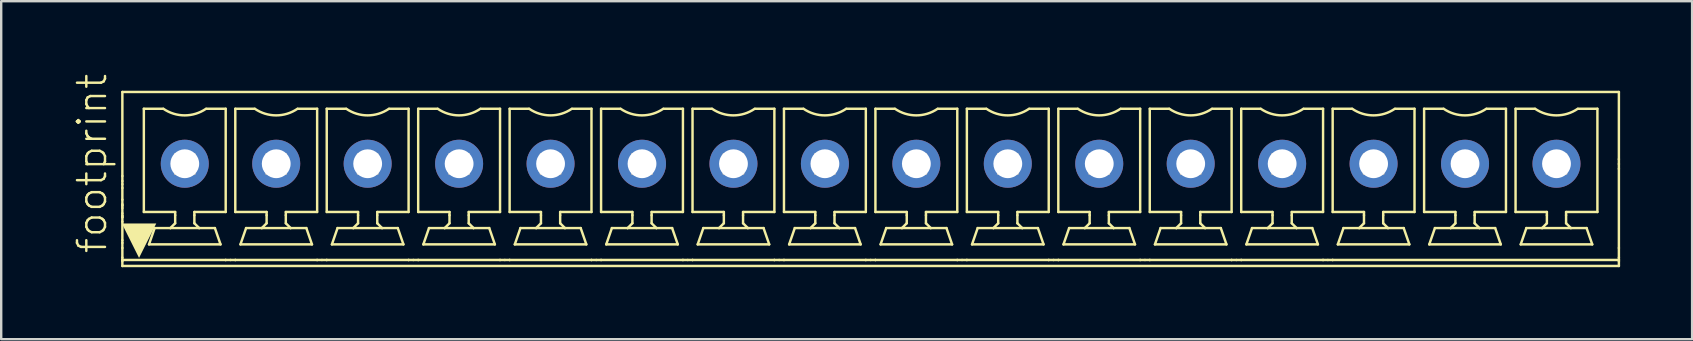
<source format=kicad_pcb>
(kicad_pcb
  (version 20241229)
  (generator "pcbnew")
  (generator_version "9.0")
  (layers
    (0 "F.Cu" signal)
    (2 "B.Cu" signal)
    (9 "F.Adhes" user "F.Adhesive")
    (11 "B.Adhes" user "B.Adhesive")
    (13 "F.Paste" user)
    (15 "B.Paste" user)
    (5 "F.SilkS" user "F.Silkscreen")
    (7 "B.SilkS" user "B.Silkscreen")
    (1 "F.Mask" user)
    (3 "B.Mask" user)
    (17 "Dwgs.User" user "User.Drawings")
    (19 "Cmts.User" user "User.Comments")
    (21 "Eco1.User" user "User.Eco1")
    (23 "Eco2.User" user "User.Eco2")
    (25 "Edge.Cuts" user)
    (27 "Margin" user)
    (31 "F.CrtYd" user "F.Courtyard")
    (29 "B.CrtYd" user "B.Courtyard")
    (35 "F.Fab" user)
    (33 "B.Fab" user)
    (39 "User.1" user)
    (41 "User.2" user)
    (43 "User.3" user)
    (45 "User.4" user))
  (footprint "footprint"
    (layer "F.Cu")
    (at 33.223 4.407)
    (property "Reference" "footprint" (at -31.75 3.175 90) (layer "F.SilkS") (effects (font (size 1.168 1.168) (thickness 0.102)) (justify left bottom)))
    (fp_line (start -31.175 -0.125) (end -31.175 -3.625) (stroke (width 0.102) (type solid)) (layer "F.SilkS"))
    (fp_line (start -31.175 0.086) (end -31.175 -0.125) (stroke (width 0.102) (type solid)) (layer "F.SilkS"))
    (fp_line (start -31.175 0.217) (end -31.175 0.086) (stroke (width 0.102) (type solid)) (layer "F.SilkS"))
    (fp_line (start -31.175 0.375) (end -31.175 0.217) (stroke (width 0.102) (type solid)) (layer "F.SilkS"))
    (fp_line (start -31.175 0.863) (end -31.175 0.375) (stroke (width 0.102) (type solid)) (layer "F.SilkS"))
    (fp_line (start -31.175 1.051) (end -31.175 0.863) (stroke (width 0.102) (type solid)) (layer "F.SilkS"))
    (fp_line (start -31.175 1.091) (end -31.175 1.051) (stroke (width 0.102) (type solid)) (layer "F.SilkS"))
    (fp_line (start -31.175 1.121) (end -31.175 1.091) (stroke (width 0.102) (type solid)) (layer "F.SilkS"))
    (fp_line (start -31.175 1.21) (end -31.175 1.121) (stroke (width 0.102) (type solid)) (layer "F.SilkS"))
    (fp_line (start -31.175 1.43) (end -31.175 1.21) (stroke (width 0.102) (type solid)) (layer "F.SilkS"))
    (fp_line (start -31.175 1.519) (end -31.175 1.43) (stroke (width 0.102) (type solid)) (layer "F.SilkS"))
    (fp_line (start -31.175 1.548) (end -31.175 1.519) (stroke (width 0.102) (type solid)) (layer "F.SilkS"))
    (fp_line (start -31.175 1.588) (end -31.175 1.548) (stroke (width 0.102) (type solid)) (layer "F.SilkS"))
    (fp_line (start -31.175 1.601) (end -31.175 1.588) (stroke (width 0.102) (type solid)) (layer "F.SilkS"))
    (fp_line (start -31.175 1.777) (end -31.175 1.601) (stroke (width 0.102) (type solid)) (layer "F.SilkS"))
    (fp_line (start -31.175 2.552) (end -31.175 1.777) (stroke (width 0.102) (type solid)) (layer "F.SilkS"))
    (fp_line (start -31.175 2.664) (end -31.175 2.552) (stroke (width 0.102) (type solid)) (layer "F.SilkS"))
    (fp_line (start -31.175 2.875) (end -31.175 2.664) (stroke (width 0.102) (type solid)) (layer "F.SilkS"))
    (fp_line (start -31.175 3.275) (end -31.175 2.875) (stroke (width 0.102) (type solid)) (layer "F.SilkS"))
    (fp_line (start -31.175 3.375) (end -31.175 3.275) (stroke (width 0.102) (type solid)) (layer "F.SilkS"))
    (fp_line (start -31.175 3.375) (end -26.871 3.375) (stroke (width 0.102) (type solid)) (layer "F.SilkS"))
    (fp_line (start -31.175 3.425) (end -31.175 3.375) (stroke (width 0.102) (type solid)) (layer "F.SilkS"))
    (fp_line (start -31.175 3.625) (end -31.175 3.425) (stroke (width 0.102) (type solid)) (layer "F.SilkS"))
    (fp_line (start -31.175 3.625) (end 31.175 3.625) (stroke (width 0.102) (type solid)) (layer "F.SilkS"))
    (fp_line (start -30.28 -2.925) (end -29.475 -2.925) (stroke (width 0.102) (type solid)) (layer "F.SilkS"))
    (fp_line (start -30.28 1.375) (end -30.28 -2.925) (stroke (width 0.102) (type solid)) (layer "F.SilkS"))
    (fp_line (start -30.065 2.725) (end -29.83 2.045) (stroke (width 0.102) (type solid)) (layer "F.SilkS"))
    (fp_line (start -29.83 2.045) (end -29.175 2.045) (stroke (width 0.102) (type solid)) (layer "F.SilkS"))
    (fp_line (start -29.175 2.045) (end -28.975 1.845) (stroke (width 0.102) (type solid)) (layer "F.SilkS"))
    (fp_line (start -29.175 2.045) (end -27.975 2.045) (stroke (width 0.102) (type solid)) (layer "F.SilkS"))
    (fp_line (start -28.975 1.375) (end -30.28 1.375) (stroke (width 0.102) (type solid)) (layer "F.SilkS"))
    (fp_line (start -28.975 1.509) (end -28.975 1.375) (stroke (width 0.102) (type solid)) (layer "F.SilkS"))
    (fp_line (start -28.975 1.845) (end -28.975 1.509) (stroke (width 0.102) (type solid)) (layer "F.SilkS"))
    (fp_line (start -28.175 1.375) (end -28.175 1.509) (stroke (width 0.102) (type solid)) (layer "F.SilkS"))
    (fp_line (start -28.175 1.509) (end -28.175 1.845) (stroke (width 0.102) (type solid)) (layer "F.SilkS"))
    (fp_line (start -28.175 1.845) (end -27.975 2.045) (stroke (width 0.102) (type solid)) (layer "F.SilkS"))
    (fp_line (start -27.975 2.045) (end -27.32 2.045) (stroke (width 0.102) (type solid)) (layer "F.SilkS"))
    (fp_line (start -27.675 -2.925) (end -26.87 -2.925) (stroke (width 0.102) (type solid)) (layer "F.SilkS"))
    (fp_line (start -27.32 2.045) (end -27.085 2.725) (stroke (width 0.102) (type solid)) (layer "F.SilkS"))
    (fp_line (start -27.085 2.725) (end -30.065 2.725) (stroke (width 0.102) (type solid)) (layer "F.SilkS"))
    (fp_line (start -26.871 3.375) (end -26.87 3.375) (stroke (width 0.102) (type solid)) (layer "F.SilkS"))
    (fp_line (start -26.87 1.375) (end -28.175 1.375) (stroke (width 0.102) (type solid)) (layer "F.SilkS"))
    (fp_line (start -26.87 1.375) (end -26.87 -2.925) (stroke (width 0.102) (type solid)) (layer "F.SilkS"))
    (fp_line (start -26.87 3.375) (end -26.67 3.375) (stroke (width 0.102) (type solid)) (layer "F.SilkS"))
    (fp_line (start -26.67 3.375) (end -26.47 3.375) (stroke (width 0.102) (type solid)) (layer "F.SilkS"))
    (fp_line (start -26.47 -2.925) (end -25.665 -2.925) (stroke (width 0.102) (type solid)) (layer "F.SilkS"))
    (fp_line (start -26.47 1.375) (end -26.47 -2.925) (stroke (width 0.102) (type solid)) (layer "F.SilkS"))
    (fp_line (start -26.47 3.375) (end -26.469 3.375) (stroke (width 0.102) (type solid)) (layer "F.SilkS"))
    (fp_line (start -26.469 3.375) (end -23.061 3.375) (stroke (width 0.102) (type solid)) (layer "F.SilkS"))
    (fp_line (start -26.255 2.725) (end -23.275 2.725) (stroke (width 0.102) (type solid)) (layer "F.SilkS"))
    (fp_line (start -26.02 2.045) (end -26.255 2.725) (stroke (width 0.102) (type solid)) (layer "F.SilkS"))
    (fp_line (start -25.365 2.045) (end -26.02 2.045) (stroke (width 0.102) (type solid)) (layer "F.SilkS"))
    (fp_line (start -25.365 2.045) (end -25.165 1.845) (stroke (width 0.102) (type solid)) (layer "F.SilkS"))
    (fp_line (start -25.365 2.045) (end -24.165 2.045) (stroke (width 0.102) (type solid)) (layer "F.SilkS"))
    (fp_line (start -25.165 1.375) (end -26.47 1.375) (stroke (width 0.102) (type solid)) (layer "F.SilkS"))
    (fp_line (start -25.165 1.375) (end -25.165 1.509) (stroke (width 0.102) (type solid)) (layer "F.SilkS"))
    (fp_line (start -25.165 1.509) (end -25.165 1.845) (stroke (width 0.102) (type solid)) (layer "F.SilkS"))
    (fp_line (start -24.365 1.375) (end -24.365 1.509) (stroke (width 0.102) (type solid)) (layer "F.SilkS"))
    (fp_line (start -24.365 1.509) (end -24.365 1.845) (stroke (width 0.102) (type solid)) (layer "F.SilkS"))
    (fp_line (start -24.365 1.845) (end -24.165 2.045) (stroke (width 0.102) (type solid)) (layer "F.SilkS"))
    (fp_line (start -24.165 2.045) (end -23.51 2.045) (stroke (width 0.102) (type solid)) (layer "F.SilkS"))
    (fp_line (start -23.865 -2.925) (end -23.06 -2.925) (stroke (width 0.102) (type solid)) (layer "F.SilkS"))
    (fp_line (start -23.51 2.045) (end -23.275 2.725) (stroke (width 0.102) (type solid)) (layer "F.SilkS"))
    (fp_line (start -23.061 3.375) (end -23.06 3.375) (stroke (width 0.102) (type solid)) (layer "F.SilkS"))
    (fp_line (start -23.06 1.375) (end -24.365 1.375) (stroke (width 0.102) (type solid)) (layer "F.SilkS"))
    (fp_line (start -23.06 1.375) (end -23.06 -2.925) (stroke (width 0.102) (type solid)) (layer "F.SilkS"))
    (fp_line (start -23.06 3.375) (end -22.86 3.375) (stroke (width 0.102) (type solid)) (layer "F.SilkS"))
    (fp_line (start -22.86 3.375) (end -22.66 3.375) (stroke (width 0.102) (type solid)) (layer "F.SilkS"))
    (fp_line (start -22.66 -2.925) (end -21.855 -2.925) (stroke (width 0.102) (type solid)) (layer "F.SilkS"))
    (fp_line (start -22.66 1.375) (end -22.66 -2.925) (stroke (width 0.102) (type solid)) (layer "F.SilkS"))
    (fp_line (start -22.66 3.375) (end -22.659 3.375) (stroke (width 0.102) (type solid)) (layer "F.SilkS"))
    (fp_line (start -22.659 3.375) (end -19.251 3.375) (stroke (width 0.102) (type solid)) (layer "F.SilkS"))
    (fp_line (start -22.445 2.725) (end -22.21 2.045) (stroke (width 0.102) (type solid)) (layer "F.SilkS"))
    (fp_line (start -21.555 2.045) (end -22.21 2.045) (stroke (width 0.102) (type solid)) (layer "F.SilkS"))
    (fp_line (start -21.555 2.045) (end -21.355 1.845) (stroke (width 0.102) (type solid)) (layer "F.SilkS"))
    (fp_line (start -21.555 2.045) (end -20.355 2.045) (stroke (width 0.102) (type solid)) (layer "F.SilkS"))
    (fp_line (start -21.355 1.375) (end -22.66 1.375) (stroke (width 0.102) (type solid)) (layer "F.SilkS"))
    (fp_line (start -21.355 1.509) (end -21.355 1.375) (stroke (width 0.102) (type solid)) (layer "F.SilkS"))
    (fp_line (start -21.355 1.509) (end -21.355 1.845) (stroke (width 0.102) (type solid)) (layer "F.SilkS"))
    (fp_line (start -20.555 1.375) (end -20.555 1.509) (stroke (width 0.102) (type solid)) (layer "F.SilkS"))
    (fp_line (start -20.555 1.509) (end -20.555 1.845) (stroke (width 0.102) (type solid)) (layer "F.SilkS"))
    (fp_line (start -20.555 1.845) (end -20.355 2.045) (stroke (width 0.102) (type solid)) (layer "F.SilkS"))
    (fp_line (start -20.055 -2.925) (end -19.25 -2.925) (stroke (width 0.102) (type solid)) (layer "F.SilkS"))
    (fp_line (start -19.7 2.045) (end -20.355 2.045) (stroke (width 0.102) (type solid)) (layer "F.SilkS"))
    (fp_line (start -19.465 2.725) (end -22.445 2.725) (stroke (width 0.102) (type solid)) (layer "F.SilkS"))
    (fp_line (start -19.465 2.725) (end -19.7 2.045) (stroke (width 0.102) (type solid)) (layer "F.SilkS"))
    (fp_line (start -19.251 3.375) (end -19.25 3.375) (stroke (width 0.102) (type solid)) (layer "F.SilkS"))
    (fp_line (start -19.25 1.375) (end -20.555 1.375) (stroke (width 0.102) (type solid)) (layer "F.SilkS"))
    (fp_line (start -19.25 1.375) (end -19.25 -2.925) (stroke (width 0.102) (type solid)) (layer "F.SilkS"))
    (fp_line (start -19.25 3.375) (end -19.05 3.375) (stroke (width 0.102) (type solid)) (layer "F.SilkS"))
    (fp_line (start -19.05 3.375) (end -18.85 3.375) (stroke (width 0.102) (type solid)) (layer "F.SilkS"))
    (fp_line (start -18.85 -2.925) (end -18.045 -2.925) (stroke (width 0.102) (type solid)) (layer "F.SilkS"))
    (fp_line (start -18.85 1.375) (end -18.85 -2.925) (stroke (width 0.102) (type solid)) (layer "F.SilkS"))
    (fp_line (start -18.85 3.375) (end -18.849 3.375) (stroke (width 0.102) (type solid)) (layer "F.SilkS"))
    (fp_line (start -18.849 3.375) (end -15.441 3.375) (stroke (width 0.102) (type solid)) (layer "F.SilkS"))
    (fp_line (start -18.635 2.725) (end -18.4 2.045) (stroke (width 0.102) (type solid)) (layer "F.SilkS"))
    (fp_line (start -18.4 2.045) (end -17.745 2.045) (stroke (width 0.102) (type solid)) (layer "F.SilkS"))
    (fp_line (start -17.745 2.045) (end -17.545 1.845) (stroke (width 0.102) (type solid)) (layer "F.SilkS"))
    (fp_line (start -17.745 2.045) (end -16.545 2.045) (stroke (width 0.102) (type solid)) (layer "F.SilkS"))
    (fp_line (start -17.545 1.375) (end -18.85 1.375) (stroke (width 0.102) (type solid)) (layer "F.SilkS"))
    (fp_line (start -17.545 1.509) (end -17.545 1.375) (stroke (width 0.102) (type solid)) (layer "F.SilkS"))
    (fp_line (start -17.545 1.509) (end -17.545 1.845) (stroke (width 0.102) (type solid)) (layer "F.SilkS"))
    (fp_line (start -16.745 1.375) (end -16.745 1.509) (stroke (width 0.102) (type solid)) (layer "F.SilkS"))
    (fp_line (start -16.745 1.509) (end -16.745 1.845) (stroke (width 0.102) (type solid)) (layer "F.SilkS"))
    (fp_line (start -16.745 1.845) (end -16.545 2.045) (stroke (width 0.102) (type solid)) (layer "F.SilkS"))
    (fp_line (start -16.545 2.045) (end -15.89 2.045) (stroke (width 0.102) (type solid)) (layer "F.SilkS"))
    (fp_line (start -16.245 -2.925) (end -15.44 -2.925) (stroke (width 0.102) (type solid)) (layer "F.SilkS"))
    (fp_line (start -15.655 2.725) (end -18.635 2.725) (stroke (width 0.102) (type solid)) (layer "F.SilkS"))
    (fp_line (start -15.655 2.725) (end -15.89 2.045) (stroke (width 0.102) (type solid)) (layer "F.SilkS"))
    (fp_line (start -15.441 3.375) (end -15.44 3.375) (stroke (width 0.102) (type solid)) (layer "F.SilkS"))
    (fp_line (start -15.44 1.375) (end -16.745 1.375) (stroke (width 0.102) (type solid)) (layer "F.SilkS"))
    (fp_line (start -15.44 1.375) (end -15.44 -2.925) (stroke (width 0.102) (type solid)) (layer "F.SilkS"))
    (fp_line (start -15.44 3.375) (end -15.24 3.375) (stroke (width 0.102) (type solid)) (layer "F.SilkS"))
    (fp_line (start -15.24 3.375) (end -15.04 3.375) (stroke (width 0.102) (type solid)) (layer "F.SilkS"))
    (fp_line (start -15.04 -2.925) (end -14.235 -2.925) (stroke (width 0.102) (type solid)) (layer "F.SilkS"))
    (fp_line (start -15.04 1.375) (end -15.04 -2.925) (stroke (width 0.102) (type solid)) (layer "F.SilkS"))
    (fp_line (start -15.04 3.375) (end -15.039 3.375) (stroke (width 0.102) (type solid)) (layer "F.SilkS"))
    (fp_line (start -15.039 3.375) (end -11.631 3.375) (stroke (width 0.102) (type solid)) (layer "F.SilkS"))
    (fp_line (start -14.825 2.725) (end -14.59 2.045) (stroke (width 0.102) (type solid)) (layer "F.SilkS"))
    (fp_line (start -14.825 2.725) (end -11.845 2.725) (stroke (width 0.102) (type solid)) (layer "F.SilkS"))
    (fp_line (start -14.59 2.045) (end -13.935 2.045) (stroke (width 0.102) (type solid)) (layer "F.SilkS"))
    (fp_line (start -13.935 2.045) (end -13.735 1.845) (stroke (width 0.102) (type solid)) (layer "F.SilkS"))
    (fp_line (start -13.935 2.045) (end -12.735 2.045) (stroke (width 0.102) (type solid)) (layer "F.SilkS"))
    (fp_line (start -13.735 1.375) (end -15.04 1.375) (stroke (width 0.102) (type solid)) (layer "F.SilkS"))
    (fp_line (start -13.735 1.509) (end -13.735 1.375) (stroke (width 0.102) (type solid)) (layer "F.SilkS"))
    (fp_line (start -13.735 1.509) (end -13.735 1.845) (stroke (width 0.102) (type solid)) (layer "F.SilkS"))
    (fp_line (start -12.935 1.375) (end -12.935 1.509) (stroke (width 0.102) (type solid)) (layer "F.SilkS"))
    (fp_line (start -12.935 1.509) (end -12.935 1.845) (stroke (width 0.102) (type solid)) (layer "F.SilkS"))
    (fp_line (start -12.935 1.845) (end -12.735 2.045) (stroke (width 0.102) (type solid)) (layer "F.SilkS"))
    (fp_line (start -12.735 2.045) (end -12.08 2.045) (stroke (width 0.102) (type solid)) (layer "F.SilkS"))
    (fp_line (start -12.435 -2.925) (end -11.63 -2.925) (stroke (width 0.102) (type solid)) (layer "F.SilkS"))
    (fp_line (start -11.845 2.725) (end -12.08 2.045) (stroke (width 0.102) (type solid)) (layer "F.SilkS"))
    (fp_line (start -11.631 3.375) (end -11.63 3.375) (stroke (width 0.102) (type solid)) (layer "F.SilkS"))
    (fp_line (start -11.63 1.375) (end -12.935 1.375) (stroke (width 0.102) (type solid)) (layer "F.SilkS"))
    (fp_line (start -11.63 1.375) (end -11.63 -2.925) (stroke (width 0.102) (type solid)) (layer "F.SilkS"))
    (fp_line (start -11.63 3.375) (end -11.43 3.375) (stroke (width 0.102) (type solid)) (layer "F.SilkS"))
    (fp_line (start -11.43 3.375) (end -11.23 3.375) (stroke (width 0.102) (type solid)) (layer "F.SilkS"))
    (fp_line (start -11.23 -2.925) (end -10.425 -2.925) (stroke (width 0.102) (type solid)) (layer "F.SilkS"))
    (fp_line (start -11.23 1.375) (end -11.23 -2.925) (stroke (width 0.102) (type solid)) (layer "F.SilkS"))
    (fp_line (start -11.23 3.375) (end -11.229 3.375) (stroke (width 0.102) (type solid)) (layer "F.SilkS"))
    (fp_line (start -11.229 3.375) (end -7.821 3.375) (stroke (width 0.102) (type solid)) (layer "F.SilkS"))
    (fp_line (start -11.015 2.725) (end -10.78 2.045) (stroke (width 0.102) (type solid)) (layer "F.SilkS"))
    (fp_line (start -11.015 2.725) (end -8.035 2.725) (stroke (width 0.102) (type solid)) (layer "F.SilkS"))
    (fp_line (start -10.125 2.045) (end -10.78 2.045) (stroke (width 0.102) (type solid)) (layer "F.SilkS"))
    (fp_line (start -10.125 2.045) (end -9.925 1.845) (stroke (width 0.102) (type solid)) (layer "F.SilkS"))
    (fp_line (start -10.125 2.045) (end -8.925 2.045) (stroke (width 0.102) (type solid)) (layer "F.SilkS"))
    (fp_line (start -9.925 1.375) (end -11.23 1.375) (stroke (width 0.102) (type solid)) (layer "F.SilkS"))
    (fp_line (start -9.925 1.509) (end -9.925 1.375) (stroke (width 0.102) (type solid)) (layer "F.SilkS"))
    (fp_line (start -9.925 1.509) (end -9.925 1.845) (stroke (width 0.102) (type solid)) (layer "F.SilkS"))
    (fp_line (start -9.125 1.375) (end -9.125 1.509) (stroke (width 0.102) (type solid)) (layer "F.SilkS"))
    (fp_line (start -9.125 1.509) (end -9.125 1.845) (stroke (width 0.102) (type solid)) (layer "F.SilkS"))
    (fp_line (start -9.125 1.845) (end -8.925 2.045) (stroke (width 0.102) (type solid)) (layer "F.SilkS"))
    (fp_line (start -8.625 -2.925) (end -7.82 -2.925) (stroke (width 0.102) (type solid)) (layer "F.SilkS"))
    (fp_line (start -8.27 2.045) (end -8.925 2.045) (stroke (width 0.102) (type solid)) (layer "F.SilkS"))
    (fp_line (start -8.035 2.725) (end -8.27 2.045) (stroke (width 0.102) (type solid)) (layer "F.SilkS"))
    (fp_line (start -7.821 3.375) (end -7.82 3.375) (stroke (width 0.102) (type solid)) (layer "F.SilkS"))
    (fp_line (start -7.82 1.375) (end -9.125 1.375) (stroke (width 0.102) (type solid)) (layer "F.SilkS"))
    (fp_line (start -7.82 1.375) (end -7.82 -2.925) (stroke (width 0.102) (type solid)) (layer "F.SilkS"))
    (fp_line (start -7.82 3.375) (end -7.62 3.375) (stroke (width 0.102) (type solid)) (layer "F.SilkS"))
    (fp_line (start -7.62 3.375) (end -7.42 3.375) (stroke (width 0.102) (type solid)) (layer "F.SilkS"))
    (fp_line (start -7.42 -2.925) (end -6.615 -2.925) (stroke (width 0.102) (type solid)) (layer "F.SilkS"))
    (fp_line (start -7.42 1.375) (end -7.42 -2.925) (stroke (width 0.102) (type solid)) (layer "F.SilkS"))
    (fp_line (start -7.42 3.375) (end -7.419 3.375) (stroke (width 0.102) (type solid)) (layer "F.SilkS"))
    (fp_line (start -7.419 3.375) (end -4.011 3.375) (stroke (width 0.102) (type solid)) (layer "F.SilkS"))
    (fp_line (start -7.205 2.725) (end -6.97 2.045) (stroke (width 0.102) (type solid)) (layer "F.SilkS"))
    (fp_line (start -7.205 2.725) (end -4.225 2.725) (stroke (width 0.102) (type solid)) (layer "F.SilkS"))
    (fp_line (start -6.97 2.045) (end -6.315 2.045) (stroke (width 0.102) (type solid)) (layer "F.SilkS"))
    (fp_line (start -6.315 2.045) (end -6.115 1.845) (stroke (width 0.102) (type solid)) (layer "F.SilkS"))
    (fp_line (start -6.315 2.045) (end -5.115 2.045) (stroke (width 0.102) (type solid)) (layer "F.SilkS"))
    (fp_line (start -6.115 1.375) (end -7.42 1.375) (stroke (width 0.102) (type solid)) (layer "F.SilkS"))
    (fp_line (start -6.115 1.509) (end -6.115 1.375) (stroke (width 0.102) (type solid)) (layer "F.SilkS"))
    (fp_line (start -6.115 1.509) (end -6.115 1.845) (stroke (width 0.102) (type solid)) (layer "F.SilkS"))
    (fp_line (start -5.315 1.375) (end -5.315 1.509) (stroke (width 0.102) (type solid)) (layer "F.SilkS"))
    (fp_line (start -5.315 1.509) (end -5.315 1.845) (stroke (width 0.102) (type solid)) (layer "F.SilkS"))
    (fp_line (start -5.315 1.845) (end -5.115 2.045) (stroke (width 0.102) (type solid)) (layer "F.SilkS"))
    (fp_line (start -5.115 2.045) (end -4.46 2.045) (stroke (width 0.102) (type solid)) (layer "F.SilkS"))
    (fp_line (start -4.815 -2.925) (end -4.01 -2.925) (stroke (width 0.102) (type solid)) (layer "F.SilkS"))
    (fp_line (start -4.225 2.725) (end -4.46 2.045) (stroke (width 0.102) (type solid)) (layer "F.SilkS"))
    (fp_line (start -4.011 3.375) (end -4.01 3.375) (stroke (width 0.102) (type solid)) (layer "F.SilkS"))
    (fp_line (start -4.01 1.375) (end -5.315 1.375) (stroke (width 0.102) (type solid)) (layer "F.SilkS"))
    (fp_line (start -4.01 1.375) (end -4.01 -2.925) (stroke (width 0.102) (type solid)) (layer "F.SilkS"))
    (fp_line (start -4.01 3.375) (end -3.81 3.375) (stroke (width 0.102) (type solid)) (layer "F.SilkS"))
    (fp_line (start -3.81 3.375) (end -3.61 3.375) (stroke (width 0.102) (type solid)) (layer "F.SilkS"))
    (fp_line (start -3.61 -2.925) (end -2.805 -2.925) (stroke (width 0.102) (type solid)) (layer "F.SilkS"))
    (fp_line (start -3.61 1.375) (end -3.61 -2.925) (stroke (width 0.102) (type solid)) (layer "F.SilkS"))
    (fp_line (start -3.61 3.375) (end -3.609 3.375) (stroke (width 0.102) (type solid)) (layer "F.SilkS"))
    (fp_line (start -3.609 3.375) (end -0.201 3.375) (stroke (width 0.102) (type solid)) (layer "F.SilkS"))
    (fp_line (start -3.395 2.725) (end -3.16 2.045) (stroke (width 0.102) (type solid)) (layer "F.SilkS"))
    (fp_line (start -3.395 2.725) (end -0.415 2.725) (stroke (width 0.102) (type solid)) (layer "F.SilkS"))
    (fp_line (start -2.505 2.045) (end -3.16 2.045) (stroke (width 0.102) (type solid)) (layer "F.SilkS"))
    (fp_line (start -2.505 2.045) (end -2.305 1.845) (stroke (width 0.102) (type solid)) (layer "F.SilkS"))
    (fp_line (start -2.505 2.045) (end -1.305 2.045) (stroke (width 0.102) (type solid)) (layer "F.SilkS"))
    (fp_line (start -2.305 1.375) (end -3.61 1.375) (stroke (width 0.102) (type solid)) (layer "F.SilkS"))
    (fp_line (start -2.305 1.509) (end -2.305 1.375) (stroke (width 0.102) (type solid)) (layer "F.SilkS"))
    (fp_line (start -2.305 1.509) (end -2.305 1.845) (stroke (width 0.102) (type solid)) (layer "F.SilkS"))
    (fp_line (start -1.505 1.375) (end -1.505 1.509) (stroke (width 0.102) (type solid)) (layer "F.SilkS"))
    (fp_line (start -1.505 1.509) (end -1.505 1.845) (stroke (width 0.102) (type solid)) (layer "F.SilkS"))
    (fp_line (start -1.505 1.845) (end -1.305 2.045) (stroke (width 0.102) (type solid)) (layer "F.SilkS"))
    (fp_line (start -1.005 -2.925) (end -0.2 -2.925) (stroke (width 0.102) (type solid)) (layer "F.SilkS"))
    (fp_line (start -0.65 2.045) (end -1.305 2.045) (stroke (width 0.102) (type solid)) (layer "F.SilkS"))
    (fp_line (start -0.415 2.725) (end -0.65 2.045) (stroke (width 0.102) (type solid)) (layer "F.SilkS"))
    (fp_line (start -0.201 3.375) (end -0.2 3.375) (stroke (width 0.102) (type solid)) (layer "F.SilkS"))
    (fp_line (start -0.2 1.375) (end -1.505 1.375) (stroke (width 0.102) (type solid)) (layer "F.SilkS"))
    (fp_line (start -0.2 1.375) (end -0.2 -2.925) (stroke (width 0.102) (type solid)) (layer "F.SilkS"))
    (fp_line (start -0.2 3.375) (end 0 3.375) (stroke (width 0.102) (type solid)) (layer "F.SilkS"))
    (fp_line (start 0 3.375) (end 0.2 3.375) (stroke (width 0.102) (type solid)) (layer "F.SilkS"))
    (fp_line (start 0.2 -2.925) (end 1.005 -2.925) (stroke (width 0.102) (type solid)) (layer "F.SilkS"))
    (fp_line (start 0.2 1.375) (end 0.2 -2.925) (stroke (width 0.102) (type solid)) (layer "F.SilkS"))
    (fp_line (start 0.2 3.375) (end 0.201 3.375) (stroke (width 0.102) (type solid)) (layer "F.SilkS"))
    (fp_line (start 0.201 3.375) (end 3.609 3.375) (stroke (width 0.102) (type solid)) (layer "F.SilkS"))
    (fp_line (start 0.415 2.725) (end 0.65 2.045) (stroke (width 0.102) (type solid)) (layer "F.SilkS"))
    (fp_line (start 0.415 2.725) (end 3.395 2.725) (stroke (width 0.102) (type solid)) (layer "F.SilkS"))
    (fp_line (start 0.65 2.045) (end 1.305 2.045) (stroke (width 0.102) (type solid)) (layer "F.SilkS"))
    (fp_line (start 1.305 2.045) (end 1.505 1.845) (stroke (width 0.102) (type solid)) (layer "F.SilkS"))
    (fp_line (start 1.305 2.045) (end 2.505 2.045) (stroke (width 0.102) (type solid)) (layer "F.SilkS"))
    (fp_line (start 1.505 1.375) (end 0.2 1.375) (stroke (width 0.102) (type solid)) (layer "F.SilkS"))
    (fp_line (start 1.505 1.509) (end 1.505 1.375) (stroke (width 0.102) (type solid)) (layer "F.SilkS"))
    (fp_line (start 1.505 1.509) (end 1.505 1.845) (stroke (width 0.102) (type solid)) (layer "F.SilkS"))
    (fp_line (start 2.305 1.375) (end 2.305 1.509) (stroke (width 0.102) (type solid)) (layer "F.SilkS"))
    (fp_line (start 2.305 1.509) (end 2.305 1.845) (stroke (width 0.102) (type solid)) (layer "F.SilkS"))
    (fp_line (start 2.305 1.845) (end 2.505 2.045) (stroke (width 0.102) (type solid)) (layer "F.SilkS"))
    (fp_line (start 2.505 2.045) (end 3.16 2.045) (stroke (width 0.102) (type solid)) (layer "F.SilkS"))
    (fp_line (start 2.805 -2.925) (end 3.61 -2.925) (stroke (width 0.102) (type solid)) (layer "F.SilkS"))
    (fp_line (start 3.395 2.725) (end 3.16 2.045) (stroke (width 0.102) (type solid)) (layer "F.SilkS"))
    (fp_line (start 3.609 3.375) (end 3.61 3.375) (stroke (width 0.102) (type solid)) (layer "F.SilkS"))
    (fp_line (start 3.61 1.375) (end 2.305 1.375) (stroke (width 0.102) (type solid)) (layer "F.SilkS"))
    (fp_line (start 3.61 1.375) (end 3.61 -2.925) (stroke (width 0.102) (type solid)) (layer "F.SilkS"))
    (fp_line (start 3.61 3.375) (end 3.81 3.375) (stroke (width 0.102) (type solid)) (layer "F.SilkS"))
    (fp_line (start 3.81 3.375) (end 4.01 3.375) (stroke (width 0.102) (type solid)) (layer "F.SilkS"))
    (fp_line (start 4.01 -2.925) (end 4.815 -2.925) (stroke (width 0.102) (type solid)) (layer "F.SilkS"))
    (fp_line (start 4.01 1.375) (end 4.01 -2.925) (stroke (width 0.102) (type solid)) (layer "F.SilkS"))
    (fp_line (start 4.01 3.375) (end 4.011 3.375) (stroke (width 0.102) (type solid)) (layer "F.SilkS"))
    (fp_line (start 4.011 3.375) (end 7.419 3.375) (stroke (width 0.102) (type solid)) (layer "F.SilkS"))
    (fp_line (start 4.225 2.725) (end 4.46 2.045) (stroke (width 0.102) (type solid)) (layer "F.SilkS"))
    (fp_line (start 5.115 2.045) (end 4.46 2.045) (stroke (width 0.102) (type solid)) (layer "F.SilkS"))
    (fp_line (start 5.115 2.045) (end 5.315 1.845) (stroke (width 0.102) (type solid)) (layer "F.SilkS"))
    (fp_line (start 5.315 1.375) (end 4.01 1.375) (stroke (width 0.102) (type solid)) (layer "F.SilkS"))
    (fp_line (start 5.315 1.509) (end 5.315 1.375) (stroke (width 0.102) (type solid)) (layer "F.SilkS"))
    (fp_line (start 5.315 1.509) (end 5.315 1.845) (stroke (width 0.102) (type solid)) (layer "F.SilkS"))
    (fp_line (start 6.115 1.375) (end 6.115 1.509) (stroke (width 0.102) (type solid)) (layer "F.SilkS"))
    (fp_line (start 6.115 1.509) (end 6.115 1.845) (stroke (width 0.102) (type solid)) (layer "F.SilkS"))
    (fp_line (start 6.115 1.845) (end 6.315 2.045) (stroke (width 0.102) (type solid)) (layer "F.SilkS"))
    (fp_line (start 6.315 2.045) (end 5.115 2.045) (stroke (width 0.102) (type solid)) (layer "F.SilkS"))
    (fp_line (start 6.615 -2.925) (end 7.42 -2.925) (stroke (width 0.102) (type solid)) (layer "F.SilkS"))
    (fp_line (start 6.97 2.045) (end 6.315 2.045) (stroke (width 0.102) (type solid)) (layer "F.SilkS"))
    (fp_line (start 7.205 2.725) (end 4.225 2.725) (stroke (width 0.102) (type solid)) (layer "F.SilkS"))
    (fp_line (start 7.205 2.725) (end 6.97 2.045) (stroke (width 0.102) (type solid)) (layer "F.SilkS"))
    (fp_line (start 7.419 3.375) (end 7.42 3.375) (stroke (width 0.102) (type solid)) (layer "F.SilkS"))
    (fp_line (start 7.42 1.375) (end 6.115 1.375) (stroke (width 0.102) (type solid)) (layer "F.SilkS"))
    (fp_line (start 7.42 1.375) (end 7.42 -2.925) (stroke (width 0.102) (type solid)) (layer "F.SilkS"))
    (fp_line (start 7.42 3.375) (end 7.62 3.375) (stroke (width 0.102) (type solid)) (layer "F.SilkS"))
    (fp_line (start 7.62 3.375) (end 7.82 3.375) (stroke (width 0.102) (type solid)) (layer "F.SilkS"))
    (fp_line (start 7.82 -2.925) (end 8.625 -2.925) (stroke (width 0.102) (type solid)) (layer "F.SilkS"))
    (fp_line (start 7.82 1.375) (end 7.82 -2.925) (stroke (width 0.102) (type solid)) (layer "F.SilkS"))
    (fp_line (start 7.82 3.375) (end 7.821 3.375) (stroke (width 0.102) (type solid)) (layer "F.SilkS"))
    (fp_line (start 7.821 3.375) (end 11.229 3.375) (stroke (width 0.102) (type solid)) (layer "F.SilkS"))
    (fp_line (start 8.035 2.725) (end 8.27 2.045) (stroke (width 0.102) (type solid)) (layer "F.SilkS"))
    (fp_line (start 8.925 2.045) (end 8.27 2.045) (stroke (width 0.102) (type solid)) (layer "F.SilkS"))
    (fp_line (start 8.925 2.045) (end 9.125 1.845) (stroke (width 0.102) (type solid)) (layer "F.SilkS"))
    (fp_line (start 8.925 2.045) (end 10.125 2.045) (stroke (width 0.102) (type solid)) (layer "F.SilkS"))
    (fp_line (start 9.125 1.375) (end 7.82 1.375) (stroke (width 0.102) (type solid)) (layer "F.SilkS"))
    (fp_line (start 9.125 1.509) (end 9.125 1.375) (stroke (width 0.102) (type solid)) (layer "F.SilkS"))
    (fp_line (start 9.125 1.509) (end 9.125 1.845) (stroke (width 0.102) (type solid)) (layer "F.SilkS"))
    (fp_line (start 9.925 1.375) (end 9.925 1.509) (stroke (width 0.102) (type solid)) (layer "F.SilkS"))
    (fp_line (start 9.925 1.509) (end 9.925 1.845) (stroke (width 0.102) (type solid)) (layer "F.SilkS"))
    (fp_line (start 9.925 1.845) (end 10.125 2.045) (stroke (width 0.102) (type solid)) (layer "F.SilkS"))
    (fp_line (start 10.425 -2.925) (end 11.23 -2.925) (stroke (width 0.102) (type solid)) (layer "F.SilkS"))
    (fp_line (start 10.78 2.045) (end 10.125 2.045) (stroke (width 0.102) (type solid)) (layer "F.SilkS"))
    (fp_line (start 11.015 2.725) (end 8.035 2.725) (stroke (width 0.102) (type solid)) (layer "F.SilkS"))
    (fp_line (start 11.015 2.725) (end 10.78 2.045) (stroke (width 0.102) (type solid)) (layer "F.SilkS"))
    (fp_line (start 11.229 3.375) (end 11.23 3.375) (stroke (width 0.102) (type solid)) (layer "F.SilkS"))
    (fp_line (start 11.23 1.375) (end 9.925 1.375) (stroke (width 0.102) (type solid)) (layer "F.SilkS"))
    (fp_line (start 11.23 1.375) (end 11.23 -2.925) (stroke (width 0.102) (type solid)) (layer "F.SilkS"))
    (fp_line (start 11.23 3.375) (end 11.43 3.375) (stroke (width 0.102) (type solid)) (layer "F.SilkS"))
    (fp_line (start 11.43 3.375) (end 11.63 3.375) (stroke (width 0.102) (type solid)) (layer "F.SilkS"))
    (fp_line (start 11.63 -2.925) (end 12.435 -2.925) (stroke (width 0.102) (type solid)) (layer "F.SilkS"))
    (fp_line (start 11.63 1.375) (end 11.63 -2.925) (stroke (width 0.102) (type solid)) (layer "F.SilkS"))
    (fp_line (start 11.63 3.375) (end 11.631 3.375) (stroke (width 0.102) (type solid)) (layer "F.SilkS"))
    (fp_line (start 11.631 3.375) (end 15.039 3.375) (stroke (width 0.102) (type solid)) (layer "F.SilkS"))
    (fp_line (start 11.845 2.725) (end 12.08 2.045) (stroke (width 0.102) (type solid)) (layer "F.SilkS"))
    (fp_line (start 11.845 2.725) (end 14.825 2.725) (stroke (width 0.102) (type solid)) (layer "F.SilkS"))
    (fp_line (start 12.735 2.045) (end 12.08 2.045) (stroke (width 0.102) (type solid)) (layer "F.SilkS"))
    (fp_line (start 12.735 2.045) (end 12.935 1.845) (stroke (width 0.102) (type solid)) (layer "F.SilkS"))
    (fp_line (start 12.735 2.045) (end 13.935 2.045) (stroke (width 0.102) (type solid)) (layer "F.SilkS"))
    (fp_line (start 12.935 1.375) (end 11.63 1.375) (stroke (width 0.102) (type solid)) (layer "F.SilkS"))
    (fp_line (start 12.935 1.509) (end 12.935 1.375) (stroke (width 0.102) (type solid)) (layer "F.SilkS"))
    (fp_line (start 12.935 1.509) (end 12.935 1.845) (stroke (width 0.102) (type solid)) (layer "F.SilkS"))
    (fp_line (start 13.735 1.375) (end 13.735 1.509) (stroke (width 0.102) (type solid)) (layer "F.SilkS"))
    (fp_line (start 13.735 1.509) (end 13.735 1.845) (stroke (width 0.102) (type solid)) (layer "F.SilkS"))
    (fp_line (start 13.735 1.845) (end 13.935 2.045) (stroke (width 0.102) (type solid)) (layer "F.SilkS"))
    (fp_line (start 14.235 -2.925) (end 15.04 -2.925) (stroke (width 0.102) (type solid)) (layer "F.SilkS"))
    (fp_line (start 14.59 2.045) (end 13.935 2.045) (stroke (width 0.102) (type solid)) (layer "F.SilkS"))
    (fp_line (start 14.825 2.725) (end 14.59 2.045) (stroke (width 0.102) (type solid)) (layer "F.SilkS"))
    (fp_line (start 15.039 3.375) (end 15.04 3.375) (stroke (width 0.102) (type solid)) (layer "F.SilkS"))
    (fp_line (start 15.04 1.375) (end 13.735 1.375) (stroke (width 0.102) (type solid)) (layer "F.SilkS"))
    (fp_line (start 15.04 1.375) (end 15.04 -2.925) (stroke (width 0.102) (type solid)) (layer "F.SilkS"))
    (fp_line (start 15.04 3.375) (end 15.24 3.375) (stroke (width 0.102) (type solid)) (layer "F.SilkS"))
    (fp_line (start 15.24 3.375) (end 15.44 3.375) (stroke (width 0.102) (type solid)) (layer "F.SilkS"))
    (fp_line (start 15.44 -2.925) (end 16.245 -2.925) (stroke (width 0.102) (type solid)) (layer "F.SilkS"))
    (fp_line (start 15.44 1.375) (end 15.44 -2.925) (stroke (width 0.102) (type solid)) (layer "F.SilkS"))
    (fp_line (start 15.44 3.375) (end 15.441 3.375) (stroke (width 0.102) (type solid)) (layer "F.SilkS"))
    (fp_line (start 15.441 3.375) (end 18.849 3.375) (stroke (width 0.102) (type solid)) (layer "F.SilkS"))
    (fp_line (start 15.655 2.725) (end 15.89 2.045) (stroke (width 0.102) (type solid)) (layer "F.SilkS"))
    (fp_line (start 15.89 2.045) (end 16.545 2.045) (stroke (width 0.102) (type solid)) (layer "F.SilkS"))
    (fp_line (start 16.545 2.045) (end 16.745 1.845) (stroke (width 0.102) (type solid)) (layer "F.SilkS"))
    (fp_line (start 16.545 2.045) (end 17.745 2.045) (stroke (width 0.102) (type solid)) (layer "F.SilkS"))
    (fp_line (start 16.745 1.375) (end 15.44 1.375) (stroke (width 0.102) (type solid)) (layer "F.SilkS"))
    (fp_line (start 16.745 1.509) (end 16.745 1.375) (stroke (width 0.102) (type solid)) (layer "F.SilkS"))
    (fp_line (start 16.745 1.509) (end 16.745 1.845) (stroke (width 0.102) (type solid)) (layer "F.SilkS"))
    (fp_line (start 17.545 1.375) (end 17.545 1.509) (stroke (width 0.102) (type solid)) (layer "F.SilkS"))
    (fp_line (start 17.545 1.509) (end 17.545 1.845) (stroke (width 0.102) (type solid)) (layer "F.SilkS"))
    (fp_line (start 17.545 1.845) (end 17.745 2.045) (stroke (width 0.102) (type solid)) (layer "F.SilkS"))
    (fp_line (start 17.745 2.045) (end 18.4 2.045) (stroke (width 0.102) (type solid)) (layer "F.SilkS"))
    (fp_line (start 18.045 -2.925) (end 18.85 -2.925) (stroke (width 0.102) (type solid)) (layer "F.SilkS"))
    (fp_line (start 18.635 2.725) (end 15.655 2.725) (stroke (width 0.102) (type solid)) (layer "F.SilkS"))
    (fp_line (start 18.635 2.725) (end 18.4 2.045) (stroke (width 0.102) (type solid)) (layer "F.SilkS"))
    (fp_line (start 18.849 3.375) (end 18.85 3.375) (stroke (width 0.102) (type solid)) (layer "F.SilkS"))
    (fp_line (start 18.85 1.375) (end 17.545 1.375) (stroke (width 0.102) (type solid)) (layer "F.SilkS"))
    (fp_line (start 18.85 1.375) (end 18.85 -2.925) (stroke (width 0.102) (type solid)) (layer "F.SilkS"))
    (fp_line (start 18.85 3.375) (end 19.05 3.375) (stroke (width 0.102) (type solid)) (layer "F.SilkS"))
    (fp_line (start 19.05 3.375) (end 19.25 3.375) (stroke (width 0.102) (type solid)) (layer "F.SilkS"))
    (fp_line (start 19.25 -2.925) (end 20.055 -2.925) (stroke (width 0.102) (type solid)) (layer "F.SilkS"))
    (fp_line (start 19.25 1.375) (end 19.25 -2.925) (stroke (width 0.102) (type solid)) (layer "F.SilkS"))
    (fp_line (start 19.25 3.375) (end 19.251 3.375) (stroke (width 0.102) (type solid)) (layer "F.SilkS"))
    (fp_line (start 19.251 3.375) (end 31.175 3.375) (stroke (width 0.102) (type solid)) (layer "F.SilkS"))
    (fp_line (start 19.465 2.725) (end 19.7 2.045) (stroke (width 0.102) (type solid)) (layer "F.SilkS"))
    (fp_line (start 20.355 2.045) (end 19.7 2.045) (stroke (width 0.102) (type solid)) (layer "F.SilkS"))
    (fp_line (start 20.355 2.045) (end 20.555 1.845) (stroke (width 0.102) (type solid)) (layer "F.SilkS"))
    (fp_line (start 20.555 1.375) (end 19.25 1.375) (stroke (width 0.102) (type solid)) (layer "F.SilkS"))
    (fp_line (start 20.555 1.509) (end 20.555 1.375) (stroke (width 0.102) (type solid)) (layer "F.SilkS"))
    (fp_line (start 20.555 1.509) (end 20.555 1.845) (stroke (width 0.102) (type solid)) (layer "F.SilkS"))
    (fp_line (start 21.355 1.375) (end 21.355 1.509) (stroke (width 0.102) (type solid)) (layer "F.SilkS"))
    (fp_line (start 21.355 1.509) (end 21.355 1.845) (stroke (width 0.102) (type solid)) (layer "F.SilkS"))
    (fp_line (start 21.355 1.845) (end 21.555 2.045) (stroke (width 0.102) (type solid)) (layer "F.SilkS"))
    (fp_line (start 21.555 2.045) (end 20.355 2.045) (stroke (width 0.102) (type solid)) (layer "F.SilkS"))
    (fp_line (start 21.855 -2.925) (end 22.66 -2.925) (stroke (width 0.102) (type solid)) (layer "F.SilkS"))
    (fp_line (start 22.21 2.045) (end 21.555 2.045) (stroke (width 0.102) (type solid)) (layer "F.SilkS"))
    (fp_line (start 22.21 2.045) (end 22.445 2.725) (stroke (width 0.102) (type solid)) (layer "F.SilkS"))
    (fp_line (start 22.445 2.725) (end 19.465 2.725) (stroke (width 0.102) (type solid)) (layer "F.SilkS"))
    (fp_line (start 22.66 1.375) (end 21.355 1.375) (stroke (width 0.102) (type solid)) (layer "F.SilkS"))
    (fp_line (start 22.66 1.375) (end 22.66 -2.925) (stroke (width 0.102) (type solid)) (layer "F.SilkS"))
    (fp_line (start 23.06 -2.925) (end 23.865 -2.925) (stroke (width 0.102) (type solid)) (layer "F.SilkS"))
    (fp_line (start 23.06 1.375) (end 23.06 -2.925) (stroke (width 0.102) (type solid)) (layer "F.SilkS"))
    (fp_line (start 23.275 2.725) (end 23.51 2.045) (stroke (width 0.102) (type solid)) (layer "F.SilkS"))
    (fp_line (start 23.51 2.045) (end 24.165 2.045) (stroke (width 0.102) (type solid)) (layer "F.SilkS"))
    (fp_line (start 24.165 2.045) (end 24.365 1.845) (stroke (width 0.102) (type solid)) (layer "F.SilkS"))
    (fp_line (start 24.165 2.045) (end 25.365 2.045) (stroke (width 0.102) (type solid)) (layer "F.SilkS"))
    (fp_line (start 24.365 1.375) (end 23.06 1.375) (stroke (width 0.102) (type solid)) (layer "F.SilkS"))
    (fp_line (start 24.365 1.509) (end 24.365 1.375) (stroke (width 0.102) (type solid)) (layer "F.SilkS"))
    (fp_line (start 24.365 1.509) (end 24.365 1.845) (stroke (width 0.102) (type solid)) (layer "F.SilkS"))
    (fp_line (start 25.165 1.375) (end 25.165 1.509) (stroke (width 0.102) (type solid)) (layer "F.SilkS"))
    (fp_line (start 25.165 1.509) (end 25.165 1.845) (stroke (width 0.102) (type solid)) (layer "F.SilkS"))
    (fp_line (start 25.165 1.845) (end 25.365 2.045) (stroke (width 0.102) (type solid)) (layer "F.SilkS"))
    (fp_line (start 25.365 2.045) (end 26.02 2.045) (stroke (width 0.102) (type solid)) (layer "F.SilkS"))
    (fp_line (start 25.665 -2.925) (end 26.47 -2.925) (stroke (width 0.102) (type solid)) (layer "F.SilkS"))
    (fp_line (start 26.255 2.725) (end 23.275 2.725) (stroke (width 0.102) (type solid)) (layer "F.SilkS"))
    (fp_line (start 26.255 2.725) (end 26.02 2.045) (stroke (width 0.102) (type solid)) (layer "F.SilkS"))
    (fp_line (start 26.47 1.375) (end 25.165 1.375) (stroke (width 0.102) (type solid)) (layer "F.SilkS"))
    (fp_line (start 26.47 1.375) (end 26.47 -2.925) (stroke (width 0.102) (type solid)) (layer "F.SilkS"))
    (fp_line (start 26.87 -2.925) (end 27.675 -2.925) (stroke (width 0.102) (type solid)) (layer "F.SilkS"))
    (fp_line (start 26.87 1.375) (end 26.87 -2.925) (stroke (width 0.102) (type solid)) (layer "F.SilkS"))
    (fp_line (start 27.085 2.725) (end 27.32 2.045) (stroke (width 0.102) (type solid)) (layer "F.SilkS"))
    (fp_line (start 27.975 2.045) (end 27.32 2.045) (stroke (width 0.102) (type solid)) (layer "F.SilkS"))
    (fp_line (start 27.975 2.045) (end 28.175 1.845) (stroke (width 0.102) (type solid)) (layer "F.SilkS"))
    (fp_line (start 28.175 1.375) (end 26.87 1.375) (stroke (width 0.102) (type solid)) (layer "F.SilkS"))
    (fp_line (start 28.175 1.509) (end 28.175 1.375) (stroke (width 0.102) (type solid)) (layer "F.SilkS"))
    (fp_line (start 28.175 1.509) (end 28.175 1.845) (stroke (width 0.102) (type solid)) (layer "F.SilkS"))
    (fp_line (start 28.975 1.375) (end 28.975 1.509) (stroke (width 0.102) (type solid)) (layer "F.SilkS"))
    (fp_line (start 28.975 1.509) (end 28.975 1.845) (stroke (width 0.102) (type solid)) (layer "F.SilkS"))
    (fp_line (start 28.975 1.845) (end 29.175 2.045) (stroke (width 0.102) (type solid)) (layer "F.SilkS"))
    (fp_line (start 29.175 2.045) (end 27.975 2.045) (stroke (width 0.102) (type solid)) (layer "F.SilkS"))
    (fp_line (start 29.475 -2.925) (end 30.28 -2.925) (stroke (width 0.102) (type solid)) (layer "F.SilkS"))
    (fp_line (start 29.83 2.045) (end 29.175 2.045) (stroke (width 0.102) (type solid)) (layer "F.SilkS"))
    (fp_line (start 29.83 2.045) (end 30.065 2.725) (stroke (width 0.102) (type solid)) (layer "F.SilkS"))
    (fp_line (start 30.065 2.725) (end 27.085 2.725) (stroke (width 0.102) (type solid)) (layer "F.SilkS"))
    (fp_line (start 30.28 1.375) (end 28.975 1.375) (stroke (width 0.102) (type solid)) (layer "F.SilkS"))
    (fp_line (start 30.28 1.375) (end 30.28 -2.925) (stroke (width 0.102) (type solid)) (layer "F.SilkS"))
    (fp_line (start 31.175 -3.625) (end -31.175 -3.625) (stroke (width 0.102) (type solid)) (layer "F.SilkS"))
    (fp_line (start 31.175 -0.826) (end 31.175 -3.625) (stroke (width 0.102) (type solid)) (layer "F.SilkS"))
    (fp_line (start 31.175 -0.625) (end 31.175 -0.826) (stroke (width 0.102) (type solid)) (layer "F.SilkS"))
    (fp_line (start 31.175 -0.424) (end 31.175 -0.625) (stroke (width 0.102) (type solid)) (layer "F.SilkS"))
    (fp_line (start 31.175 2.875) (end 31.175 -0.424) (stroke (width 0.102) (type solid)) (layer "F.SilkS"))
    (fp_line (start 31.175 3.275) (end 31.175 2.875) (stroke (width 0.102) (type solid)) (layer "F.SilkS"))
    (fp_line (start 31.175 3.375) (end 31.175 3.275) (stroke (width 0.102) (type solid)) (layer "F.SilkS"))
    (fp_line (start 31.175 3.425) (end 31.175 3.375) (stroke (width 0.102) (type solid)) (layer "F.SilkS"))
    (fp_line (start 31.175 3.625) (end 31.175 3.425) (stroke (width 0.102) (type solid)) (layer "F.SilkS"))
    (fp_arc (start -27.69 -2.925) (mid -28.5775 -2.649947) (end -29.465 -2.925) (stroke (width 0.1016) (type solid)) (layer "F.SilkS"))
    (fp_arc (start -23.88 -2.925) (mid -24.7675 -2.649947) (end -25.655 -2.925) (stroke (width 0.1016) (type solid)) (layer "F.SilkS"))
    (fp_arc (start -20.07 -2.925) (mid -20.9575 -2.649947) (end -21.845 -2.925) (stroke (width 0.1016) (type solid)) (layer "F.SilkS"))
    (fp_arc (start -16.26 -2.925) (mid -17.1475 -2.649947) (end -18.035 -2.925) (stroke (width 0.1016) (type solid)) (layer "F.SilkS"))
    (fp_arc (start -12.45 -2.925) (mid -13.3375 -2.649947) (end -14.225 -2.925) (stroke (width 0.1016) (type solid)) (layer "F.SilkS"))
    (fp_arc (start -8.64 -2.925) (mid -9.5275 -2.649947) (end -10.415 -2.925) (stroke (width 0.1016) (type solid)) (layer "F.SilkS"))
    (fp_arc (start -4.83 -2.925) (mid -5.7175 -2.649947) (end -6.605 -2.925) (stroke (width 0.1016) (type solid)) (layer "F.SilkS"))
    (fp_arc (start -1.02 -2.925) (mid -1.9075 -2.649947) (end -2.795 -2.925) (stroke (width 0.1016) (type solid)) (layer "F.SilkS"))
    (fp_arc (start 2.79 -2.925) (mid 1.9025 -2.649947) (end 1.015 -2.925) (stroke (width 0.1016) (type solid)) (layer "F.SilkS"))
    (fp_arc (start 6.6 -2.925) (mid 5.7125 -2.649947) (end 4.825 -2.925) (stroke (width 0.1016) (type solid)) (layer "F.SilkS"))
    (fp_arc (start 10.41 -2.925) (mid 9.5225 -2.649947) (end 8.635 -2.925) (stroke (width 0.1016) (type solid)) (layer "F.SilkS"))
    (fp_arc (start 14.22 -2.925) (mid 13.3325 -2.649947) (end 12.445 -2.925) (stroke (width 0.1016) (type solid)) (layer "F.SilkS"))
    (fp_arc (start 18.03 -2.925) (mid 17.1425 -2.649947) (end 16.255 -2.925) (stroke (width 0.1016) (type solid)) (layer "F.SilkS"))
    (fp_arc (start 21.84 -2.925) (mid 20.9525 -2.649947) (end 20.065 -2.925) (stroke (width 0.1016) (type solid)) (layer "F.SilkS"))
    (fp_arc (start 25.65 -2.925) (mid 24.7625 -2.649947) (end 23.875 -2.925) (stroke (width 0.1016) (type solid)) (layer "F.SilkS"))
    (fp_arc (start 29.46 -2.925) (mid 28.5725 -2.649947) (end 27.685 -2.925) (stroke (width 0.1016) (type solid)) (layer "F.SilkS"))
    (fp_poly (pts (xy -30.48 3.289) (xy -31.197 1.854) (xy -29.763 1.854)) (stroke (width 0) (type solid)) (fill yes) (layer "F.SilkS"))
    (fp_line (start -28.975 -1.025) (end -28.975 -0.225) (stroke (width 0.102) (type solid)) (layer "F.Fab"))
    (fp_line (start -28.975 -1.025) (end -28.707 -0.757) (stroke (width 0.102) (type solid)) (layer "F.Fab"))
    (fp_line (start -28.975 -1.025) (end -28.575 -1.025) (stroke (width 0.102) (type solid)) (layer "F.Fab"))
    (fp_line (start -28.707 -0.757) (end -28.707 -0.493) (stroke (width 0.102) (type solid)) (layer "F.Fab"))
    (fp_line (start -28.707 -0.493) (end -28.975 -0.225) (stroke (width 0.102) (type solid)) (layer "F.Fab"))
    (fp_line (start -28.707 -0.493) (end -28.443 -0.493) (stroke (width 0.102) (type solid)) (layer "F.Fab"))
    (fp_line (start -28.575 -1.025) (end -28.175 -1.025) (stroke (width 0.102) (type solid)) (layer "F.Fab"))
    (fp_line (start -28.575 -0.225) (end -28.975 -0.225) (stroke (width 0.102) (type solid)) (layer "F.Fab"))
    (fp_line (start -28.443 -0.757) (end -28.707 -0.757) (stroke (width 0.102) (type solid)) (layer "F.Fab"))
    (fp_line (start -28.443 -0.493) (end -28.443 -0.757) (stroke (width 0.102) (type solid)) (layer "F.Fab"))
    (fp_line (start -28.443 -0.493) (end -28.175 -0.225) (stroke (width 0.102) (type solid)) (layer "F.Fab"))
    (fp_line (start -28.175 -1.025) (end -28.443 -0.757) (stroke (width 0.102) (type solid)) (layer "F.Fab"))
    (fp_line (start -28.175 -1.025) (end -28.175 -0.225) (stroke (width 0.102) (type solid)) (layer "F.Fab"))
    (fp_line (start -28.175 -0.225) (end -28.575 -0.225) (stroke (width 0.102) (type solid)) (layer "F.Fab"))
    (fp_line (start -25.165 -1.025) (end -24.765 -1.025) (stroke (width 0.102) (type solid)) (layer "F.Fab"))
    (fp_line (start -25.165 -0.225) (end -25.165 -1.025) (stroke (width 0.102) (type solid)) (layer "F.Fab"))
    (fp_line (start -24.897 -0.757) (end -25.165 -1.025) (stroke (width 0.102) (type solid)) (layer "F.Fab"))
    (fp_line (start -24.897 -0.757) (end -24.897 -0.493) (stroke (width 0.102) (type solid)) (layer "F.Fab"))
    (fp_line (start -24.897 -0.493) (end -25.165 -0.225) (stroke (width 0.102) (type solid)) (layer "F.Fab"))
    (fp_line (start -24.897 -0.493) (end -24.633 -0.493) (stroke (width 0.102) (type solid)) (layer "F.Fab"))
    (fp_line (start -24.765 -0.225) (end -25.165 -0.225) (stroke (width 0.102) (type solid)) (layer "F.Fab"))
    (fp_line (start -24.633 -0.757) (end -24.897 -0.757) (stroke (width 0.102) (type solid)) (layer "F.Fab"))
    (fp_line (start -24.633 -0.493) (end -24.633 -0.757) (stroke (width 0.102) (type solid)) (layer "F.Fab"))
    (fp_line (start -24.633 -0.493) (end -24.365 -0.225) (stroke (width 0.102) (type solid)) (layer "F.Fab"))
    (fp_line (start -24.365 -1.025) (end -24.765 -1.025) (stroke (width 0.102) (type solid)) (layer "F.Fab"))
    (fp_line (start -24.365 -1.025) (end -24.633 -0.757) (stroke (width 0.102) (type solid)) (layer "F.Fab"))
    (fp_line (start -24.365 -1.025) (end -24.365 -0.225) (stroke (width 0.102) (type solid)) (layer "F.Fab"))
    (fp_line (start -24.365 -0.225) (end -24.765 -0.225) (stroke (width 0.102) (type solid)) (layer "F.Fab"))
    (fp_line (start -21.355 -1.025) (end -21.087 -0.757) (stroke (width 0.102) (type solid)) (layer "F.Fab"))
    (fp_line (start -21.355 -1.025) (end -20.955 -1.025) (stroke (width 0.102) (type solid)) (layer "F.Fab"))
    (fp_line (start -21.355 -0.225) (end -21.355 -1.025) (stroke (width 0.102) (type solid)) (layer "F.Fab"))
    (fp_line (start -21.087 -0.757) (end -21.087 -0.493) (stroke (width 0.102) (type solid)) (layer "F.Fab"))
    (fp_line (start -21.087 -0.493) (end -21.355 -0.225) (stroke (width 0.102) (type solid)) (layer "F.Fab"))
    (fp_line (start -21.087 -0.493) (end -20.823 -0.493) (stroke (width 0.102) (type solid)) (layer "F.Fab"))
    (fp_line (start -20.955 -1.025) (end -20.555 -1.025) (stroke (width 0.102) (type solid)) (layer "F.Fab"))
    (fp_line (start -20.955 -0.225) (end -21.355 -0.225) (stroke (width 0.102) (type solid)) (layer "F.Fab"))
    (fp_line (start -20.823 -0.757) (end -21.087 -0.757) (stroke (width 0.102) (type solid)) (layer "F.Fab"))
    (fp_line (start -20.823 -0.493) (end -20.823 -0.757) (stroke (width 0.102) (type solid)) (layer "F.Fab"))
    (fp_line (start -20.823 -0.493) (end -20.555 -0.225) (stroke (width 0.102) (type solid)) (layer "F.Fab"))
    (fp_line (start -20.555 -1.025) (end -20.823 -0.757) (stroke (width 0.102) (type solid)) (layer "F.Fab"))
    (fp_line (start -20.555 -1.025) (end -20.555 -0.225) (stroke (width 0.102) (type solid)) (layer "F.Fab"))
    (fp_line (start -20.555 -0.225) (end -20.955 -0.225) (stroke (width 0.102) (type solid)) (layer "F.Fab"))
    (fp_line (start -17.545 -1.025) (end -17.277 -0.757) (stroke (width 0.102) (type solid)) (layer "F.Fab"))
    (fp_line (start -17.545 -1.025) (end -17.145 -1.025) (stroke (width 0.102) (type solid)) (layer "F.Fab"))
    (fp_line (start -17.545 -0.225) (end -17.545 -1.025) (stroke (width 0.102) (type solid)) (layer "F.Fab"))
    (fp_line (start -17.277 -0.757) (end -17.277 -0.493) (stroke (width 0.102) (type solid)) (layer "F.Fab"))
    (fp_line (start -17.277 -0.493) (end -17.545 -0.225) (stroke (width 0.102) (type solid)) (layer "F.Fab"))
    (fp_line (start -17.277 -0.493) (end -17.013 -0.493) (stroke (width 0.102) (type solid)) (layer "F.Fab"))
    (fp_line (start -17.145 -1.025) (end -16.745 -1.025) (stroke (width 0.102) (type solid)) (layer "F.Fab"))
    (fp_line (start -17.145 -0.225) (end -17.545 -0.225) (stroke (width 0.102) (type solid)) (layer "F.Fab"))
    (fp_line (start -17.013 -0.757) (end -17.277 -0.757) (stroke (width 0.102) (type solid)) (layer "F.Fab"))
    (fp_line (start -17.013 -0.493) (end -17.013 -0.757) (stroke (width 0.102) (type solid)) (layer "F.Fab"))
    (fp_line (start -17.013 -0.493) (end -16.745 -0.225) (stroke (width 0.102) (type solid)) (layer "F.Fab"))
    (fp_line (start -16.745 -1.025) (end -17.013 -0.757) (stroke (width 0.102) (type solid)) (layer "F.Fab"))
    (fp_line (start -16.745 -1.025) (end -16.745 -0.225) (stroke (width 0.102) (type solid)) (layer "F.Fab"))
    (fp_line (start -16.745 -0.225) (end -17.145 -0.225) (stroke (width 0.102) (type solid)) (layer "F.Fab"))
    (fp_line (start -13.735 -1.025) (end -13.335 -1.025) (stroke (width 0.102) (type solid)) (layer "F.Fab"))
    (fp_line (start -13.735 -0.225) (end -13.735 -1.025) (stroke (width 0.102) (type solid)) (layer "F.Fab"))
    (fp_line (start -13.467 -0.757) (end -13.735 -1.025) (stroke (width 0.102) (type solid)) (layer "F.Fab"))
    (fp_line (start -13.467 -0.757) (end -13.467 -0.493) (stroke (width 0.102) (type solid)) (layer "F.Fab"))
    (fp_line (start -13.467 -0.493) (end -13.735 -0.225) (stroke (width 0.102) (type solid)) (layer "F.Fab"))
    (fp_line (start -13.467 -0.493) (end -13.203 -0.493) (stroke (width 0.102) (type solid)) (layer "F.Fab"))
    (fp_line (start -13.335 -1.025) (end -12.935 -1.025) (stroke (width 0.102) (type solid)) (layer "F.Fab"))
    (fp_line (start -13.335 -0.225) (end -13.735 -0.225) (stroke (width 0.102) (type solid)) (layer "F.Fab"))
    (fp_line (start -13.203 -0.757) (end -13.467 -0.757) (stroke (width 0.102) (type solid)) (layer "F.Fab"))
    (fp_line (start -13.203 -0.493) (end -13.203 -0.757) (stroke (width 0.102) (type solid)) (layer "F.Fab"))
    (fp_line (start -13.203 -0.493) (end -12.935 -0.225) (stroke (width 0.102) (type solid)) (layer "F.Fab"))
    (fp_line (start -12.935 -1.025) (end -13.203 -0.757) (stroke (width 0.102) (type solid)) (layer "F.Fab"))
    (fp_line (start -12.935 -1.025) (end -12.935 -0.225) (stroke (width 0.102) (type solid)) (layer "F.Fab"))
    (fp_line (start -12.935 -0.225) (end -13.335 -0.225) (stroke (width 0.102) (type solid)) (layer "F.Fab"))
    (fp_line (start -9.925 -1.025) (end -9.657 -0.757) (stroke (width 0.102) (type solid)) (layer "F.Fab"))
    (fp_line (start -9.925 -1.025) (end -9.525 -1.025) (stroke (width 0.102) (type solid)) (layer "F.Fab"))
    (fp_line (start -9.925 -0.225) (end -9.925 -1.025) (stroke (width 0.102) (type solid)) (layer "F.Fab"))
    (fp_line (start -9.657 -0.757) (end -9.657 -0.493) (stroke (width 0.102) (type solid)) (layer "F.Fab"))
    (fp_line (start -9.657 -0.493) (end -9.925 -0.225) (stroke (width 0.102) (type solid)) (layer "F.Fab"))
    (fp_line (start -9.657 -0.493) (end -9.393 -0.493) (stroke (width 0.102) (type solid)) (layer "F.Fab"))
    (fp_line (start -9.525 -1.025) (end -9.125 -1.025) (stroke (width 0.102) (type solid)) (layer "F.Fab"))
    (fp_line (start -9.525 -0.225) (end -9.925 -0.225) (stroke (width 0.102) (type solid)) (layer "F.Fab"))
    (fp_line (start -9.393 -0.757) (end -9.657 -0.757) (stroke (width 0.102) (type solid)) (layer "F.Fab"))
    (fp_line (start -9.393 -0.493) (end -9.393 -0.757) (stroke (width 0.102) (type solid)) (layer "F.Fab"))
    (fp_line (start -9.393 -0.493) (end -9.125 -0.225) (stroke (width 0.102) (type solid)) (layer "F.Fab"))
    (fp_line (start -9.125 -1.025) (end -9.393 -0.757) (stroke (width 0.102) (type solid)) (layer "F.Fab"))
    (fp_line (start -9.125 -1.025) (end -9.125 -0.225) (stroke (width 0.102) (type solid)) (layer "F.Fab"))
    (fp_line (start -9.125 -0.225) (end -9.525 -0.225) (stroke (width 0.102) (type solid)) (layer "F.Fab"))
    (fp_line (start -6.115 -1.025) (end -5.847 -0.757) (stroke (width 0.102) (type solid)) (layer "F.Fab"))
    (fp_line (start -6.115 -1.025) (end -5.715 -1.025) (stroke (width 0.102) (type solid)) (layer "F.Fab"))
    (fp_line (start -6.115 -0.225) (end -6.115 -1.025) (stroke (width 0.102) (type solid)) (layer "F.Fab"))
    (fp_line (start -5.847 -0.757) (end -5.847 -0.493) (stroke (width 0.102) (type solid)) (layer "F.Fab"))
    (fp_line (start -5.847 -0.493) (end -6.115 -0.225) (stroke (width 0.102) (type solid)) (layer "F.Fab"))
    (fp_line (start -5.847 -0.493) (end -5.583 -0.493) (stroke (width 0.102) (type solid)) (layer "F.Fab"))
    (fp_line (start -5.715 -1.025) (end -5.315 -1.025) (stroke (width 0.102) (type solid)) (layer "F.Fab"))
    (fp_line (start -5.715 -0.225) (end -6.115 -0.225) (stroke (width 0.102) (type solid)) (layer "F.Fab"))
    (fp_line (start -5.583 -0.757) (end -5.847 -0.757) (stroke (width 0.102) (type solid)) (layer "F.Fab"))
    (fp_line (start -5.583 -0.757) (end -5.315 -1.025) (stroke (width 0.102) (type solid)) (layer "F.Fab"))
    (fp_line (start -5.583 -0.493) (end -5.583 -0.757) (stroke (width 0.102) (type solid)) (layer "F.Fab"))
    (fp_line (start -5.583 -0.493) (end -5.315 -0.225) (stroke (width 0.102) (type solid)) (layer "F.Fab"))
    (fp_line (start -5.315 -1.025) (end -5.315 -0.225) (stroke (width 0.102) (type solid)) (layer "F.Fab"))
    (fp_line (start -5.315 -0.225) (end -5.715 -0.225) (stroke (width 0.102) (type solid)) (layer "F.Fab"))
    (fp_line (start -2.305 -1.025) (end -2.037 -0.757) (stroke (width 0.102) (type solid)) (layer "F.Fab"))
    (fp_line (start -2.305 -1.025) (end -1.905 -1.025) (stroke (width 0.102) (type solid)) (layer "F.Fab"))
    (fp_line (start -2.305 -0.225) (end -2.305 -1.025) (stroke (width 0.102) (type solid)) (layer "F.Fab"))
    (fp_line (start -2.037 -0.757) (end -2.037 -0.493) (stroke (width 0.102) (type solid)) (layer "F.Fab"))
    (fp_line (start -2.037 -0.493) (end -2.305 -0.225) (stroke (width 0.102) (type solid)) (layer "F.Fab"))
    (fp_line (start -2.037 -0.493) (end -1.773 -0.493) (stroke (width 0.102) (type solid)) (layer "F.Fab"))
    (fp_line (start -1.905 -0.225) (end -2.305 -0.225) (stroke (width 0.102) (type solid)) (layer "F.Fab"))
    (fp_line (start -1.905 -0.225) (end -1.505 -0.225) (stroke (width 0.102) (type solid)) (layer "F.Fab"))
    (fp_line (start -1.773 -0.757) (end -2.037 -0.757) (stroke (width 0.102) (type solid)) (layer "F.Fab"))
    (fp_line (start -1.773 -0.757) (end -1.505 -1.025) (stroke (width 0.102) (type solid)) (layer "F.Fab"))
    (fp_line (start -1.773 -0.493) (end -1.773 -0.757) (stroke (width 0.102) (type solid)) (layer "F.Fab"))
    (fp_line (start -1.505 -1.025) (end -1.905 -1.025) (stroke (width 0.102) (type solid)) (layer "F.Fab"))
    (fp_line (start -1.505 -0.225) (end -1.773 -0.493) (stroke (width 0.102) (type solid)) (layer "F.Fab"))
    (fp_line (start -1.505 -0.225) (end -1.505 -1.025) (stroke (width 0.102) (type solid)) (layer "F.Fab"))
    (fp_line (start 1.505 -1.025) (end 1.773 -0.757) (stroke (width 0.102) (type solid)) (layer "F.Fab"))
    (fp_line (start 1.505 -1.025) (end 1.905 -1.025) (stroke (width 0.102) (type solid)) (layer "F.Fab"))
    (fp_line (start 1.505 -0.225) (end 1.505 -1.025) (stroke (width 0.102) (type solid)) (layer "F.Fab"))
    (fp_line (start 1.773 -0.757) (end 1.773 -0.493) (stroke (width 0.102) (type solid)) (layer "F.Fab"))
    (fp_line (start 1.773 -0.493) (end 1.505 -0.225) (stroke (width 0.102) (type solid)) (layer "F.Fab"))
    (fp_line (start 1.773 -0.493) (end 2.037 -0.493) (stroke (width 0.102) (type solid)) (layer "F.Fab"))
    (fp_line (start 1.905 -1.025) (end 2.305 -1.025) (stroke (width 0.102) (type solid)) (layer "F.Fab"))
    (fp_line (start 1.905 -0.225) (end 1.505 -0.225) (stroke (width 0.102) (type solid)) (layer "F.Fab"))
    (fp_line (start 2.037 -0.757) (end 1.773 -0.757) (stroke (width 0.102) (type solid)) (layer "F.Fab"))
    (fp_line (start 2.037 -0.493) (end 2.037 -0.757) (stroke (width 0.102) (type solid)) (layer "F.Fab"))
    (fp_line (start 2.037 -0.493) (end 2.305 -0.225) (stroke (width 0.102) (type solid)) (layer "F.Fab"))
    (fp_line (start 2.305 -1.025) (end 2.037 -0.757) (stroke (width 0.102) (type solid)) (layer "F.Fab"))
    (fp_line (start 2.305 -1.025) (end 2.305 -0.225) (stroke (width 0.102) (type solid)) (layer "F.Fab"))
    (fp_line (start 2.305 -0.225) (end 1.905 -0.225) (stroke (width 0.102) (type solid)) (layer "F.Fab"))
    (fp_line (start 5.315 -1.025) (end 5.583 -0.757) (stroke (width 0.102) (type solid)) (layer "F.Fab"))
    (fp_line (start 5.315 -1.025) (end 5.715 -1.025) (stroke (width 0.102) (type solid)) (layer "F.Fab"))
    (fp_line (start 5.315 -0.225) (end 5.315 -1.025) (stroke (width 0.102) (type solid)) (layer "F.Fab"))
    (fp_line (start 5.583 -0.757) (end 5.583 -0.493) (stroke (width 0.102) (type solid)) (layer "F.Fab"))
    (fp_line (start 5.583 -0.493) (end 5.315 -0.225) (stroke (width 0.102) (type solid)) (layer "F.Fab"))
    (fp_line (start 5.583 -0.493) (end 5.847 -0.493) (stroke (width 0.102) (type solid)) (layer "F.Fab"))
    (fp_line (start 5.715 -1.025) (end 6.115 -1.025) (stroke (width 0.102) (type solid)) (layer "F.Fab"))
    (fp_line (start 5.715 -0.225) (end 5.315 -0.225) (stroke (width 0.102) (type solid)) (layer "F.Fab"))
    (fp_line (start 5.847 -0.757) (end 5.583 -0.757) (stroke (width 0.102) (type solid)) (layer "F.Fab"))
    (fp_line (start 5.847 -0.493) (end 5.847 -0.757) (stroke (width 0.102) (type solid)) (layer "F.Fab"))
    (fp_line (start 5.847 -0.493) (end 6.115 -0.225) (stroke (width 0.102) (type solid)) (layer "F.Fab"))
    (fp_line (start 6.115 -1.025) (end 5.847 -0.757) (stroke (width 0.102) (type solid)) (layer "F.Fab"))
    (fp_line (start 6.115 -1.025) (end 6.115 -0.225) (stroke (width 0.102) (type solid)) (layer "F.Fab"))
    (fp_line (start 6.115 -0.225) (end 5.715 -0.225) (stroke (width 0.102) (type solid)) (layer "F.Fab"))
    (fp_line (start 9.125 -1.025) (end 9.525 -1.025) (stroke (width 0.102) (type solid)) (layer "F.Fab"))
    (fp_line (start 9.125 -0.225) (end 9.125 -1.025) (stroke (width 0.102) (type solid)) (layer "F.Fab"))
    (fp_line (start 9.393 -0.757) (end 9.125 -1.025) (stroke (width 0.102) (type solid)) (layer "F.Fab"))
    (fp_line (start 9.393 -0.757) (end 9.393 -0.493) (stroke (width 0.102) (type solid)) (layer "F.Fab"))
    (fp_line (start 9.393 -0.493) (end 9.125 -0.225) (stroke (width 0.102) (type solid)) (layer "F.Fab"))
    (fp_line (start 9.393 -0.493) (end 9.657 -0.493) (stroke (width 0.102) (type solid)) (layer "F.Fab"))
    (fp_line (start 9.525 -1.025) (end 9.925 -1.025) (stroke (width 0.102) (type solid)) (layer "F.Fab"))
    (fp_line (start 9.525 -0.225) (end 9.125 -0.225) (stroke (width 0.102) (type solid)) (layer "F.Fab"))
    (fp_line (start 9.657 -0.757) (end 9.393 -0.757) (stroke (width 0.102) (type solid)) (layer "F.Fab"))
    (fp_line (start 9.657 -0.493) (end 9.657 -0.757) (stroke (width 0.102) (type solid)) (layer "F.Fab"))
    (fp_line (start 9.657 -0.493) (end 9.925 -0.225) (stroke (width 0.102) (type solid)) (layer "F.Fab"))
    (fp_line (start 9.925 -1.025) (end 9.657 -0.757) (stroke (width 0.102) (type solid)) (layer "F.Fab"))
    (fp_line (start 9.925 -1.025) (end 9.925 -0.225) (stroke (width 0.102) (type solid)) (layer "F.Fab"))
    (fp_line (start 9.925 -0.225) (end 9.525 -0.225) (stroke (width 0.102) (type solid)) (layer "F.Fab"))
    (fp_line (start 12.935 -1.025) (end 13.203 -0.757) (stroke (width 0.102) (type solid)) (layer "F.Fab"))
    (fp_line (start 12.935 -1.025) (end 13.335 -1.025) (stroke (width 0.102) (type solid)) (layer "F.Fab"))
    (fp_line (start 12.935 -0.225) (end 12.935 -1.025) (stroke (width 0.102) (type solid)) (layer "F.Fab"))
    (fp_line (start 12.935 -0.225) (end 13.203 -0.493) (stroke (width 0.102) (type solid)) (layer "F.Fab"))
    (fp_line (start 13.203 -0.757) (end 13.203 -0.493) (stroke (width 0.102) (type solid)) (layer "F.Fab"))
    (fp_line (start 13.203 -0.493) (end 13.467 -0.493) (stroke (width 0.102) (type solid)) (layer "F.Fab"))
    (fp_line (start 13.335 -1.025) (end 13.735 -1.025) (stroke (width 0.102) (type solid)) (layer "F.Fab"))
    (fp_line (start 13.335 -0.225) (end 12.935 -0.225) (stroke (width 0.102) (type solid)) (layer "F.Fab"))
    (fp_line (start 13.335 -0.225) (end 13.735 -0.225) (stroke (width 0.102) (type solid)) (layer "F.Fab"))
    (fp_line (start 13.467 -0.757) (end 13.203 -0.757) (stroke (width 0.102) (type solid)) (layer "F.Fab"))
    (fp_line (start 13.467 -0.493) (end 13.467 -0.757) (stroke (width 0.102) (type solid)) (layer "F.Fab"))
    (fp_line (start 13.467 -0.493) (end 13.735 -0.225) (stroke (width 0.102) (type solid)) (layer "F.Fab"))
    (fp_line (start 13.735 -1.025) (end 13.467 -0.757) (stroke (width 0.102) (type solid)) (layer "F.Fab"))
    (fp_line (start 13.735 -1.025) (end 13.735 -0.225) (stroke (width 0.102) (type solid)) (layer "F.Fab"))
    (fp_line (start 16.745 -1.025) (end 17.013 -0.757) (stroke (width 0.102) (type solid)) (layer "F.Fab"))
    (fp_line (start 16.745 -1.025) (end 17.145 -1.025) (stroke (width 0.102) (type solid)) (layer "F.Fab"))
    (fp_line (start 16.745 -0.225) (end 16.745 -1.025) (stroke (width 0.102) (type solid)) (layer "F.Fab"))
    (fp_line (start 16.745 -0.225) (end 17.013 -0.493) (stroke (width 0.102) (type solid)) (layer "F.Fab"))
    (fp_line (start 17.013 -0.757) (end 17.013 -0.493) (stroke (width 0.102) (type solid)) (layer "F.Fab"))
    (fp_line (start 17.013 -0.493) (end 17.277 -0.493) (stroke (width 0.102) (type solid)) (layer "F.Fab"))
    (fp_line (start 17.145 -1.025) (end 17.545 -1.025) (stroke (width 0.102) (type solid)) (layer "F.Fab"))
    (fp_line (start 17.145 -0.225) (end 16.745 -0.225) (stroke (width 0.102) (type solid)) (layer "F.Fab"))
    (fp_line (start 17.277 -0.757) (end 17.013 -0.757) (stroke (width 0.102) (type solid)) (layer "F.Fab"))
    (fp_line (start 17.277 -0.493) (end 17.277 -0.757) (stroke (width 0.102) (type solid)) (layer "F.Fab"))
    (fp_line (start 17.277 -0.493) (end 17.545 -0.225) (stroke (width 0.102) (type solid)) (layer "F.Fab"))
    (fp_line (start 17.545 -1.025) (end 17.277 -0.757) (stroke (width 0.102) (type solid)) (layer "F.Fab"))
    (fp_line (start 17.545 -1.025) (end 17.545 -0.225) (stroke (width 0.102) (type solid)) (layer "F.Fab"))
    (fp_line (start 17.545 -0.225) (end 17.145 -0.225) (stroke (width 0.102) (type solid)) (layer "F.Fab"))
    (fp_line (start 20.555 -0.225) (end 20.555 -1.025) (stroke (width 0.102) (type solid)) (layer "F.Fab"))
    (fp_line (start 20.555 -0.225) (end 20.823 -0.493) (stroke (width 0.102) (type solid)) (layer "F.Fab"))
    (fp_line (start 20.823 -0.757) (end 20.555 -1.025) (stroke (width 0.102) (type solid)) (layer "F.Fab"))
    (fp_line (start 20.823 -0.757) (end 20.823 -0.493) (stroke (width 0.102) (type solid)) (layer "F.Fab"))
    (fp_line (start 20.823 -0.493) (end 21.087 -0.493) (stroke (width 0.102) (type solid)) (layer "F.Fab"))
    (fp_line (start 20.955 -1.025) (end 20.555 -1.025) (stroke (width 0.102) (type solid)) (layer "F.Fab"))
    (fp_line (start 20.955 -0.225) (end 20.555 -0.225) (stroke (width 0.102) (type solid)) (layer "F.Fab"))
    (fp_line (start 20.955 -0.225) (end 21.355 -0.225) (stroke (width 0.102) (type solid)) (layer "F.Fab"))
    (fp_line (start 21.087 -0.757) (end 20.823 -0.757) (stroke (width 0.102) (type solid)) (layer "F.Fab"))
    (fp_line (start 21.087 -0.493) (end 21.087 -0.757) (stroke (width 0.102) (type solid)) (layer "F.Fab"))
    (fp_line (start 21.087 -0.493) (end 21.355 -0.225) (stroke (width 0.102) (type solid)) (layer "F.Fab"))
    (fp_line (start 21.355 -1.025) (end 20.955 -1.025) (stroke (width 0.102) (type solid)) (layer "F.Fab"))
    (fp_line (start 21.355 -1.025) (end 21.087 -0.757) (stroke (width 0.102) (type solid)) (layer "F.Fab"))
    (fp_line (start 21.355 -1.025) (end 21.355 -0.225) (stroke (width 0.102) (type solid)) (layer "F.Fab"))
    (fp_line (start 24.365 -1.025) (end 24.633 -0.757) (stroke (width 0.102) (type solid)) (layer "F.Fab"))
    (fp_line (start 24.365 -1.025) (end 24.765 -1.025) (stroke (width 0.102) (type solid)) (layer "F.Fab"))
    (fp_line (start 24.365 -0.225) (end 24.365 -1.025) (stroke (width 0.102) (type solid)) (layer "F.Fab"))
    (fp_line (start 24.365 -0.225) (end 24.633 -0.493) (stroke (width 0.102) (type solid)) (layer "F.Fab"))
    (fp_line (start 24.633 -0.757) (end 24.633 -0.493) (stroke (width 0.102) (type solid)) (layer "F.Fab"))
    (fp_line (start 24.633 -0.493) (end 24.897 -0.493) (stroke (width 0.102) (type solid)) (layer "F.Fab"))
    (fp_line (start 24.765 -1.025) (end 25.165 -1.025) (stroke (width 0.102) (type solid)) (layer "F.Fab"))
    (fp_line (start 24.765 -0.225) (end 24.365 -0.225) (stroke (width 0.102) (type solid)) (layer "F.Fab"))
    (fp_line (start 24.897 -0.757) (end 24.633 -0.757) (stroke (width 0.102) (type solid)) (layer "F.Fab"))
    (fp_line (start 24.897 -0.493) (end 24.897 -0.757) (stroke (width 0.102) (type solid)) (layer "F.Fab"))
    (fp_line (start 24.897 -0.493) (end 25.165 -0.225) (stroke (width 0.102) (type solid)) (layer "F.Fab"))
    (fp_line (start 25.165 -1.025) (end 24.897 -0.757) (stroke (width 0.102) (type solid)) (layer "F.Fab"))
    (fp_line (start 25.165 -1.025) (end 25.165 -0.225) (stroke (width 0.102) (type solid)) (layer "F.Fab"))
    (fp_line (start 25.165 -0.225) (end 24.765 -0.225) (stroke (width 0.102) (type solid)) (layer "F.Fab"))
    (fp_line (start 28.175 -0.225) (end 28.175 -1.025) (stroke (width 0.102) (type solid)) (layer "F.Fab"))
    (fp_line (start 28.175 -0.225) (end 28.443 -0.493) (stroke (width 0.102) (type solid)) (layer "F.Fab"))
    (fp_line (start 28.443 -0.757) (end 28.175 -1.025) (stroke (width 0.102) (type solid)) (layer "F.Fab"))
    (fp_line (start 28.443 -0.757) (end 28.443 -0.493) (stroke (width 0.102) (type solid)) (layer "F.Fab"))
    (fp_line (start 28.443 -0.493) (end 28.707 -0.493) (stroke (width 0.102) (type solid)) (layer "F.Fab"))
    (fp_line (start 28.575 -1.025) (end 28.175 -1.025) (stroke (width 0.102) (type solid)) (layer "F.Fab"))
    (fp_line (start 28.575 -0.225) (end 28.175 -0.225) (stroke (width 0.102) (type solid)) (layer "F.Fab"))
    (fp_line (start 28.575 -0.225) (end 28.975 -0.225) (stroke (width 0.102) (type solid)) (layer "F.Fab"))
    (fp_line (start 28.707 -0.757) (end 28.443 -0.757) (stroke (width 0.102) (type solid)) (layer "F.Fab"))
    (fp_line (start 28.707 -0.493) (end 28.707 -0.757) (stroke (width 0.102) (type solid)) (layer "F.Fab"))
    (fp_line (start 28.707 -0.493) (end 28.975 -0.225) (stroke (width 0.102) (type solid)) (layer "F.Fab"))
    (fp_line (start 28.975 -1.025) (end 28.575 -1.025) (stroke (width 0.102) (type solid)) (layer "F.Fab"))
    (fp_line (start 28.975 -1.025) (end 28.707 -0.757) (stroke (width 0.102) (type solid)) (layer "F.Fab"))
    (fp_line (start 28.975 -1.025) (end 28.975 -0.225) (stroke (width 0.102) (type solid)) (layer "F.Fab"))
    (pad "1" thru_hole circle (at -28.575 -0.635) (size 2 2) (drill 1.2) (layers "*.Cu" "*.Mask"))
    (pad "2" thru_hole circle (at -24.765 -0.635) (size 2 2) (drill 1.2) (layers "*.Cu" "*.Mask"))
    (pad "3" thru_hole circle (at -20.955 -0.635) (size 2 2) (drill 1.2) (layers "*.Cu" "*.Mask"))
    (pad "4" thru_hole circle (at -17.145 -0.635) (size 2 2) (drill 1.2) (layers "*.Cu" "*.Mask"))
    (pad "5" thru_hole circle (at -13.335 -0.635) (size 2 2) (drill 1.2) (layers "*.Cu" "*.Mask"))
    (pad "6" thru_hole circle (at -9.525 -0.635) (size 2 2) (drill 1.2) (layers "*.Cu" "*.Mask"))
    (pad "7" thru_hole circle (at -5.715 -0.635) (size 2 2) (drill 1.2) (layers "*.Cu" "*.Mask"))
    (pad "8" thru_hole circle (at -1.905 -0.635) (size 2 2) (drill 1.2) (layers "*.Cu" "*.Mask"))
    (pad "9" thru_hole circle (at 1.905 -0.635) (size 2 2) (drill 1.2) (layers "*.Cu" "*.Mask"))
    (pad "10" thru_hole circle (at 5.715 -0.635) (size 2 2) (drill 1.2) (layers "*.Cu" "*.Mask"))
    (pad "11" thru_hole circle (at 9.525 -0.635) (size 2 2) (drill 1.2) (layers "*.Cu" "*.Mask"))
    (pad "12" thru_hole circle (at 13.335 -0.635) (size 2 2) (drill 1.2) (layers "*.Cu" "*.Mask"))
    (pad "13" thru_hole circle (at 17.145 -0.635) (size 2 2) (drill 1.2) (layers "*.Cu" "*.Mask"))
    (pad "14" thru_hole circle (at 20.955 -0.635) (size 2 2) (drill 1.2) (layers "*.Cu" "*.Mask"))
    (pad "15" thru_hole circle (at 24.765 -0.635) (size 2 2) (drill 1.2) (layers "*.Cu" "*.Mask"))
    (pad "16" thru_hole circle (at 28.575 -0.635) (size 2 2) (drill 1.2) (layers "*.Cu" "*.Mask")))
  (gr_rect
    (start -3 -3)
    (end 67.449 11.083)
    (stroke (width 0.1) (type default))
    (fill no)
    (layer "Edge.Cuts")))
</source>
